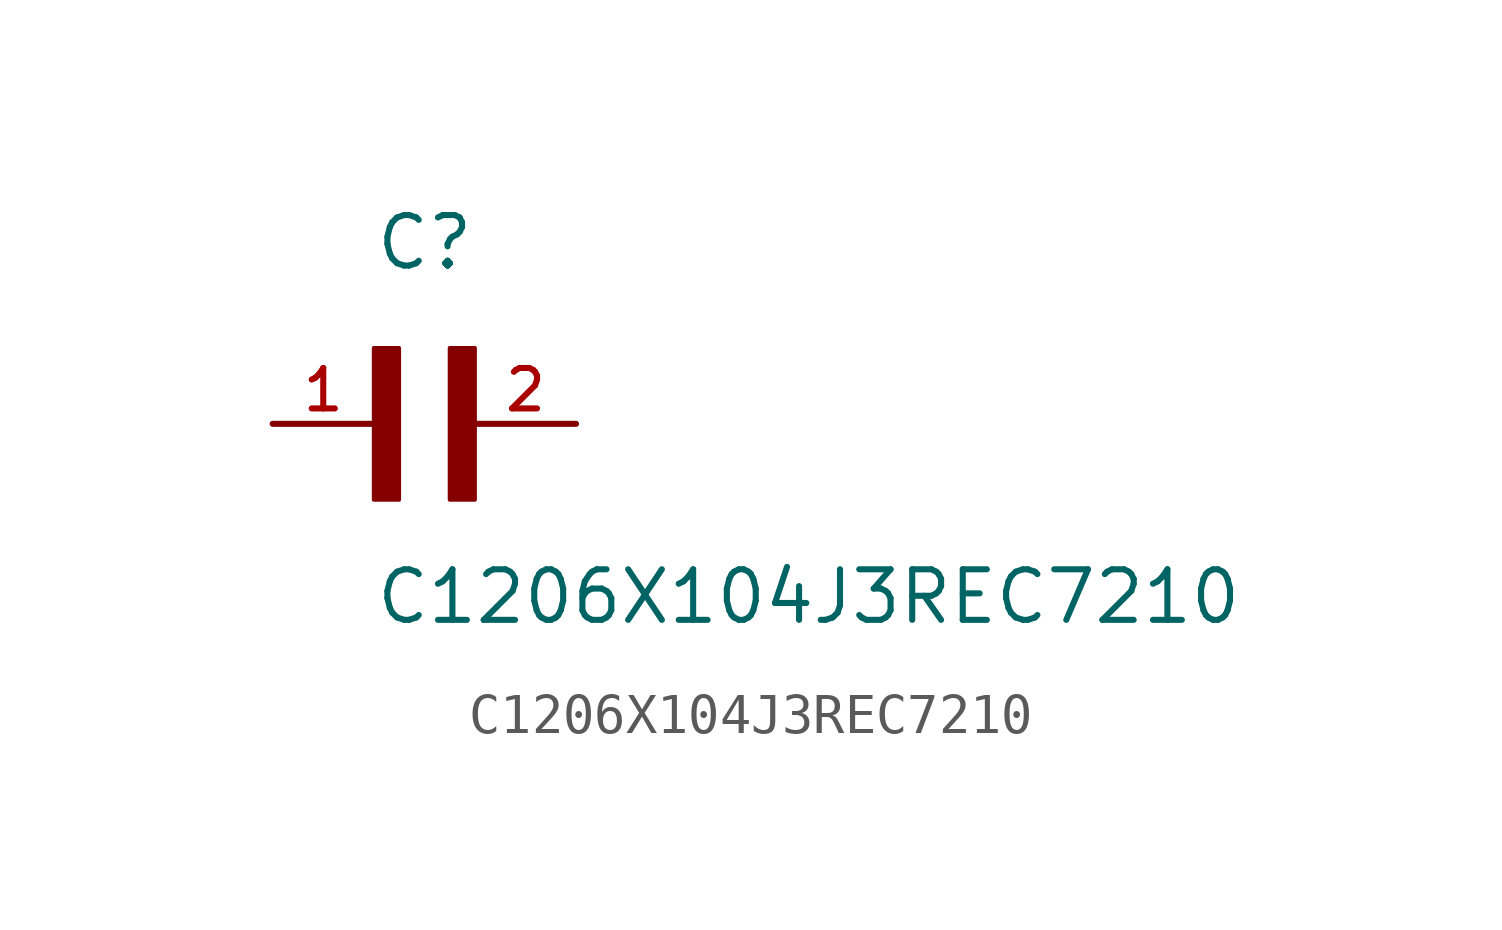
<source format=kicad_sym>
(kicad_symbol_lib
  (version 20211014)
  (generator kicad_symbol_editor)
  (symbol "C1206X104J3REC7210"
    (pin_names
      (offset 1.016))
    (property "Reference" "C"
      (at 0.0 3.811 0)
      (effects (font (size 1.27 1.27)) (justify bottom left)))
    (property "Value" "C1206X104J3REC7210"
      (at 0.0 -5.088 0)
      (effects (font (size 1.27 1.27)) (justify bottom left)))
    (symbol "C1206X104J3REC7210_0_0"
      (rectangle (start 0.0 -1.907) (end 0.635 1.905) (stroke (width 0.1)) (fill (type outline)))
      (rectangle (start 1.907 -1.907) (end 2.54 1.905) (stroke (width 0.1)) (fill (type outline)))
      (pin passive line (at 5.08 0.0 180.0) (length 2.54) (name "~" (effects (font (size 1.016 1.016)))) (number "2" (effects (font (size 1.016 1.016)))))
      (pin passive line (at -2.54 0.0 0) (length 2.54) (name "~" (effects (font (size 1.016 1.016)))) (number "1" (effects (font (size 1.016 1.016))))))))
</source>
